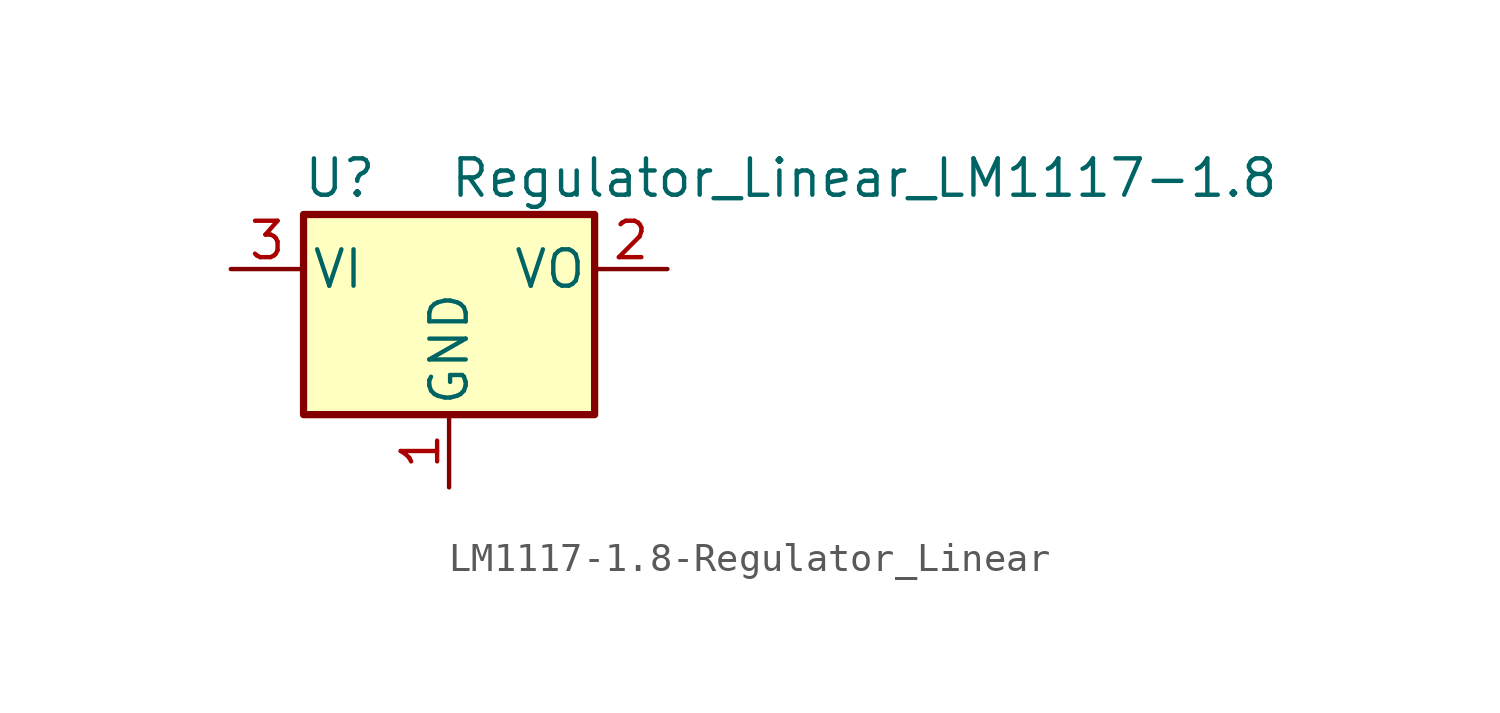
<source format=kicad_sym>
(kicad_symbol_lib
  (version 20220914)
  (generator kicad_symbol_editor)
  (symbol "LM1117-1.8-Regulator_Linear"
    (pin_names
      (offset 0.254))
    (property "Reference" "U"
      (at -3.81 3.175 0)
      (effects (font (size 1.27 1.27))))
    (property "Value" "Regulator_Linear_LM1117-1.8"
      (at 0 3.175 0)
      (effects (font (size 1.27 1.27)) (justify left)))
    (symbol "LM1117-1.8-Regulator_Linear_0_1"
      (rectangle (start -5.08 -5.08) (end 5.08 1.905) (stroke (width 0.254) (type solid)) (fill (type background))))
    (symbol "LM1117-1.8-Regulator_Linear_1_1"
      (pin power_in line (at 0 -7.62 90) (length 2.54) (name "GND" (effects (font (size 1.27 1.27)))) (number "1" (effects (font (size 1.27 1.27)))))
      (pin power_out line (at 7.62 0 180) (length 2.54) (name "VO" (effects (font (size 1.27 1.27)))) (number "2" (effects (font (size 1.27 1.27)))))
      (pin power_in line (at -7.62 0 0) (length 2.54) (name "VI" (effects (font (size 1.27 1.27)))) (number "3" (effects (font (size 1.27 1.27))))))))
</source>
